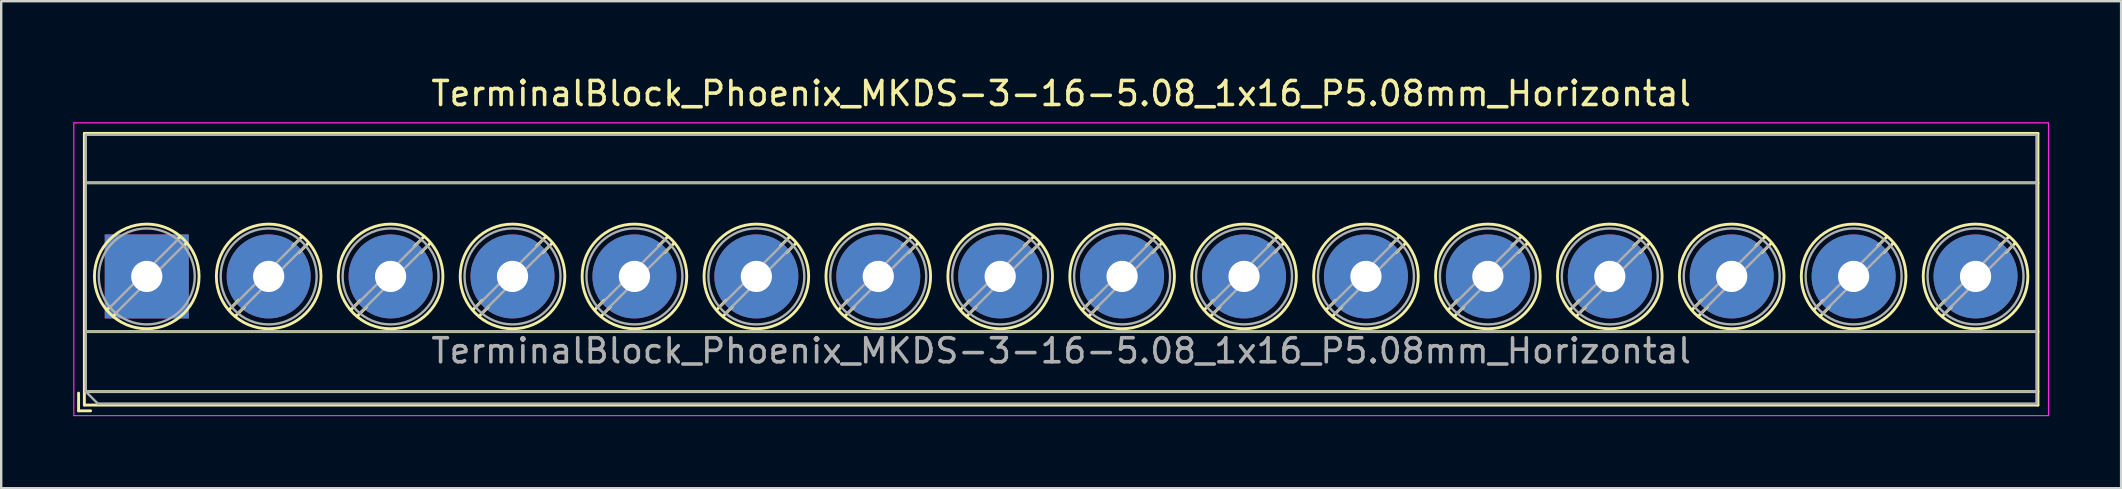
<source format=kicad_pcb>
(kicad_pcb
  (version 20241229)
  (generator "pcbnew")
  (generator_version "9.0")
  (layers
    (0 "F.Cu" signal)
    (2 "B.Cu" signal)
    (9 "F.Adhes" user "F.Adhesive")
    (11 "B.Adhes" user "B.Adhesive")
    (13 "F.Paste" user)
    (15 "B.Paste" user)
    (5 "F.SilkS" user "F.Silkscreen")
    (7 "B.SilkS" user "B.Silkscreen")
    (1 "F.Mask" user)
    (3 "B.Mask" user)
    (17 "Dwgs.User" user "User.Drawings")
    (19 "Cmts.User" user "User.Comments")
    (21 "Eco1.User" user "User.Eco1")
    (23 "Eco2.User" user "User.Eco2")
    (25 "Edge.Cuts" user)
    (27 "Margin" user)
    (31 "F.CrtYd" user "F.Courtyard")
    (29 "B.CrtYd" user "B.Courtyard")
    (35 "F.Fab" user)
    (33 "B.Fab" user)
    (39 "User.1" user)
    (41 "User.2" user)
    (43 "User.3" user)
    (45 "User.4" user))
  (footprint "TerminalBlock_Phoenix_MKDS-3-16-5.08_1x16_P5.08mm_Horizontal"
    (layer "F.Cu")
    (at 3.065 8.468)
    (property "Reference" "TerminalBlock_Phoenix_MKDS-3-16-5.08_1x16_P5.08mm_Horizontal" (at 38.1 -7.62 0) (layer "F.SilkS") (effects (font (size 1 1) (thickness 0.15))))
    (attr through_hole)
    (fp_line (start -2.84 4.86) (end -2.84 5.6) (stroke (width 0.12) (type solid)) (layer "F.SilkS"))
    (fp_line (start -2.84 5.6) (end -2.34 5.6) (stroke (width 0.12) (type solid)) (layer "F.SilkS"))
    (fp_line (start -2.6 -5.96) (end -2.6 5.36) (stroke (width 0.12) (type solid)) (layer "F.SilkS"))
    (fp_line (start -2.6 -5.96) (end 78.8 -5.96) (stroke (width 0.12) (type solid)) (layer "F.SilkS"))
    (fp_line (start -2.6 -3.9) (end 78.8 -3.9) (stroke (width 0.12) (type solid)) (layer "F.SilkS"))
    (fp_line (start -2.6 2.3) (end 78.8 2.3) (stroke (width 0.12) (type solid)) (layer "F.SilkS"))
    (fp_line (start -2.6 4.8) (end 78.8 4.8) (stroke (width 0.12) (type solid)) (layer "F.SilkS"))
    (fp_line (start -2.6 5.36) (end 78.8 5.36) (stroke (width 0.12) (type solid)) (layer "F.SilkS"))
    (fp_line (start -1.548 1.281) (end -1.654 1.388) (stroke (width 0.12) (type solid)) (layer "F.SilkS"))
    (fp_line (start -1.282 1.547) (end -1.388 1.654) (stroke (width 0.12) (type solid)) (layer "F.SilkS"))
    (fp_line (start 1.388 -1.654) (end 1.281 -1.547) (stroke (width 0.12) (type solid)) (layer "F.SilkS"))
    (fp_line (start 1.654 -1.388) (end 1.547 -1.281) (stroke (width 0.12) (type solid)) (layer "F.SilkS"))
    (fp_line (start 3.822 0.992) (end 3.427 1.388) (stroke (width 0.12) (type solid)) (layer "F.SilkS"))
    (fp_line (start 4.073 1.274) (end 3.693 1.654) (stroke (width 0.12) (type solid)) (layer "F.SilkS"))
    (fp_line (start 6.468 -1.654) (end 6.088 -1.274) (stroke (width 0.12) (type solid)) (layer "F.SilkS"))
    (fp_line (start 6.734 -1.388) (end 6.339 -0.992) (stroke (width 0.12) (type solid)) (layer "F.SilkS"))
    (fp_line (start 8.902 0.992) (end 8.507 1.388) (stroke (width 0.12) (type solid)) (layer "F.SilkS"))
    (fp_line (start 9.153 1.274) (end 8.773 1.654) (stroke (width 0.12) (type solid)) (layer "F.SilkS"))
    (fp_line (start 11.548 -1.654) (end 11.168 -1.274) (stroke (width 0.12) (type solid)) (layer "F.SilkS"))
    (fp_line (start 11.814 -1.388) (end 11.419 -0.992) (stroke (width 0.12) (type solid)) (layer "F.SilkS"))
    (fp_line (start 13.982 0.992) (end 13.587 1.388) (stroke (width 0.12) (type solid)) (layer "F.SilkS"))
    (fp_line (start 14.233 1.274) (end 13.853 1.654) (stroke (width 0.12) (type solid)) (layer "F.SilkS"))
    (fp_line (start 16.628 -1.654) (end 16.248 -1.274) (stroke (width 0.12) (type solid)) (layer "F.SilkS"))
    (fp_line (start 16.894 -1.388) (end 16.499 -0.992) (stroke (width 0.12) (type solid)) (layer "F.SilkS"))
    (fp_line (start 19.062 0.992) (end 18.667 1.388) (stroke (width 0.12) (type solid)) (layer "F.SilkS"))
    (fp_line (start 19.313 1.274) (end 18.933 1.654) (stroke (width 0.12) (type solid)) (layer "F.SilkS"))
    (fp_line (start 21.708 -1.654) (end 21.328 -1.274) (stroke (width 0.12) (type solid)) (layer "F.SilkS"))
    (fp_line (start 21.974 -1.388) (end 21.579 -0.992) (stroke (width 0.12) (type solid)) (layer "F.SilkS"))
    (fp_line (start 24.142 0.992) (end 23.747 1.388) (stroke (width 0.12) (type solid)) (layer "F.SilkS"))
    (fp_line (start 24.393 1.274) (end 24.013 1.654) (stroke (width 0.12) (type solid)) (layer "F.SilkS"))
    (fp_line (start 26.788 -1.654) (end 26.408 -1.274) (stroke (width 0.12) (type solid)) (layer "F.SilkS"))
    (fp_line (start 27.054 -1.388) (end 26.659 -0.992) (stroke (width 0.12) (type solid)) (layer "F.SilkS"))
    (fp_line (start 29.222 0.992) (end 28.827 1.388) (stroke (width 0.12) (type solid)) (layer "F.SilkS"))
    (fp_line (start 29.473 1.274) (end 29.093 1.654) (stroke (width 0.12) (type solid)) (layer "F.SilkS"))
    (fp_line (start 31.868 -1.654) (end 31.488 -1.274) (stroke (width 0.12) (type solid)) (layer "F.SilkS"))
    (fp_line (start 32.134 -1.388) (end 31.739 -0.992) (stroke (width 0.12) (type solid)) (layer "F.SilkS"))
    (fp_line (start 34.302 0.992) (end 33.907 1.388) (stroke (width 0.12) (type solid)) (layer "F.SilkS"))
    (fp_line (start 34.553 1.274) (end 34.173 1.654) (stroke (width 0.12) (type solid)) (layer "F.SilkS"))
    (fp_line (start 36.948 -1.654) (end 36.568 -1.274) (stroke (width 0.12) (type solid)) (layer "F.SilkS"))
    (fp_line (start 37.214 -1.388) (end 36.819 -0.992) (stroke (width 0.12) (type solid)) (layer "F.SilkS"))
    (fp_line (start 39.382 0.992) (end 38.987 1.388) (stroke (width 0.12) (type solid)) (layer "F.SilkS"))
    (fp_line (start 39.633 1.274) (end 39.253 1.654) (stroke (width 0.12) (type solid)) (layer "F.SilkS"))
    (fp_line (start 42.028 -1.654) (end 41.648 -1.274) (stroke (width 0.12) (type solid)) (layer "F.SilkS"))
    (fp_line (start 42.294 -1.388) (end 41.899 -0.992) (stroke (width 0.12) (type solid)) (layer "F.SilkS"))
    (fp_line (start 44.462 0.992) (end 44.067 1.388) (stroke (width 0.12) (type solid)) (layer "F.SilkS"))
    (fp_line (start 44.713 1.274) (end 44.333 1.654) (stroke (width 0.12) (type solid)) (layer "F.SilkS"))
    (fp_line (start 47.108 -1.654) (end 46.728 -1.274) (stroke (width 0.12) (type solid)) (layer "F.SilkS"))
    (fp_line (start 47.374 -1.388) (end 46.979 -0.992) (stroke (width 0.12) (type solid)) (layer "F.SilkS"))
    (fp_line (start 49.542 0.992) (end 49.147 1.388) (stroke (width 0.12) (type solid)) (layer "F.SilkS"))
    (fp_line (start 49.793 1.274) (end 49.413 1.654) (stroke (width 0.12) (type solid)) (layer "F.SilkS"))
    (fp_line (start 52.188 -1.654) (end 51.808 -1.274) (stroke (width 0.12) (type solid)) (layer "F.SilkS"))
    (fp_line (start 52.454 -1.388) (end 52.059 -0.992) (stroke (width 0.12) (type solid)) (layer "F.SilkS"))
    (fp_line (start 54.622 0.992) (end 54.227 1.388) (stroke (width 0.12) (type solid)) (layer "F.SilkS"))
    (fp_line (start 54.873 1.274) (end 54.493 1.654) (stroke (width 0.12) (type solid)) (layer "F.SilkS"))
    (fp_line (start 57.268 -1.654) (end 56.888 -1.274) (stroke (width 0.12) (type solid)) (layer "F.SilkS"))
    (fp_line (start 57.534 -1.388) (end 57.139 -0.992) (stroke (width 0.12) (type solid)) (layer "F.SilkS"))
    (fp_line (start 59.702 0.992) (end 59.307 1.388) (stroke (width 0.12) (type solid)) (layer "F.SilkS"))
    (fp_line (start 59.953 1.274) (end 59.573 1.654) (stroke (width 0.12) (type solid)) (layer "F.SilkS"))
    (fp_line (start 62.348 -1.654) (end 61.968 -1.274) (stroke (width 0.12) (type solid)) (layer "F.SilkS"))
    (fp_line (start 62.614 -1.388) (end 62.219 -0.992) (stroke (width 0.12) (type solid)) (layer "F.SilkS"))
    (fp_line (start 64.782 0.992) (end 64.387 1.388) (stroke (width 0.12) (type solid)) (layer "F.SilkS"))
    (fp_line (start 65.033 1.274) (end 64.653 1.654) (stroke (width 0.12) (type solid)) (layer "F.SilkS"))
    (fp_line (start 67.428 -1.654) (end 67.048 -1.274) (stroke (width 0.12) (type solid)) (layer "F.SilkS"))
    (fp_line (start 67.694 -1.388) (end 67.299 -0.992) (stroke (width 0.12) (type solid)) (layer "F.SilkS"))
    (fp_line (start 69.862 0.992) (end 69.467 1.388) (stroke (width 0.12) (type solid)) (layer "F.SilkS"))
    (fp_line (start 70.113 1.274) (end 69.733 1.654) (stroke (width 0.12) (type solid)) (layer "F.SilkS"))
    (fp_line (start 72.508 -1.654) (end 72.128 -1.274) (stroke (width 0.12) (type solid)) (layer "F.SilkS"))
    (fp_line (start 72.774 -1.388) (end 72.379 -0.992) (stroke (width 0.12) (type solid)) (layer "F.SilkS"))
    (fp_line (start 74.942 0.992) (end 74.547 1.388) (stroke (width 0.12) (type solid)) (layer "F.SilkS"))
    (fp_line (start 75.193 1.274) (end 74.813 1.654) (stroke (width 0.12) (type solid)) (layer "F.SilkS"))
    (fp_line (start 77.588 -1.654) (end 77.208 -1.274) (stroke (width 0.12) (type solid)) (layer "F.SilkS"))
    (fp_line (start 77.854 -1.388) (end 77.459 -0.992) (stroke (width 0.12) (type solid)) (layer "F.SilkS"))
    (fp_line (start 78.8 -5.96) (end 78.8 5.36) (stroke (width 0.12) (type solid)) (layer "F.SilkS"))
    (fp_circle (center 0 0) (end 2.18 0) (stroke (width 0.12) (type solid)) (fill no) (layer "F.SilkS"))
    (fp_circle (center 5.08 0) (end 7.26 0) (stroke (width 0.12) (type solid)) (fill no) (layer "F.SilkS"))
    (fp_circle (center 10.16 0) (end 12.34 0) (stroke (width 0.12) (type solid)) (fill no) (layer "F.SilkS"))
    (fp_circle (center 15.24 0) (end 17.42 0) (stroke (width 0.12) (type solid)) (fill no) (layer "F.SilkS"))
    (fp_circle (center 20.32 0) (end 22.5 0) (stroke (width 0.12) (type solid)) (fill no) (layer "F.SilkS"))
    (fp_circle (center 25.4 0) (end 27.58 0) (stroke (width 0.12) (type solid)) (fill no) (layer "F.SilkS"))
    (fp_circle (center 30.48 0) (end 32.66 0) (stroke (width 0.12) (type solid)) (fill no) (layer "F.SilkS"))
    (fp_circle (center 35.56 0) (end 37.74 0) (stroke (width 0.12) (type solid)) (fill no) (layer "F.SilkS"))
    (fp_circle (center 40.64 0) (end 42.82 0) (stroke (width 0.12) (type solid)) (fill no) (layer "F.SilkS"))
    (fp_circle (center 45.72 0) (end 47.9 0) (stroke (width 0.12) (type solid)) (fill no) (layer "F.SilkS"))
    (fp_circle (center 50.8 0) (end 52.98 0) (stroke (width 0.12) (type solid)) (fill no) (layer "F.SilkS"))
    (fp_circle (center 55.88 0) (end 58.06 0) (stroke (width 0.12) (type solid)) (fill no) (layer "F.SilkS"))
    (fp_circle (center 60.96 0) (end 63.14 0) (stroke (width 0.12) (type solid)) (fill no) (layer "F.SilkS"))
    (fp_circle (center 66.04 0) (end 68.22 0) (stroke (width 0.12) (type solid)) (fill no) (layer "F.SilkS"))
    (fp_circle (center 71.12 0) (end 73.3 0) (stroke (width 0.12) (type solid)) (fill no) (layer "F.SilkS"))
    (fp_circle (center 76.2 0) (end 78.38 0) (stroke (width 0.12) (type solid)) (fill no) (layer "F.SilkS"))
    (fp_line (start -3.04 -6.4) (end -3.04 5.8) (stroke (width 0.05) (type solid)) (layer "F.CrtYd"))
    (fp_line (start -3.04 5.8) (end 79.24 5.8) (stroke (width 0.05) (type solid)) (layer "F.CrtYd"))
    (fp_line (start 79.24 -6.4) (end -3.04 -6.4) (stroke (width 0.05) (type solid)) (layer "F.CrtYd"))
    (fp_line (start 79.24 5.8) (end 79.24 -6.4) (stroke (width 0.05) (type solid)) (layer "F.CrtYd"))
    (fp_line (start -2.54 -5.9) (end 78.74 -5.9) (stroke (width 0.1) (type solid)) (layer "F.Fab"))
    (fp_line (start -2.54 -3.9) (end 78.74 -3.9) (stroke (width 0.1) (type solid)) (layer "F.Fab"))
    (fp_line (start -2.54 2.3) (end 78.74 2.3) (stroke (width 0.1) (type solid)) (layer "F.Fab"))
    (fp_line (start -2.54 4.8) (end -2.54 -5.9) (stroke (width 0.1) (type solid)) (layer "F.Fab"))
    (fp_line (start -2.54 4.8) (end 78.74 4.8) (stroke (width 0.1) (type solid)) (layer "F.Fab"))
    (fp_line (start -2.04 5.3) (end -2.54 4.8) (stroke (width 0.1) (type solid)) (layer "F.Fab"))
    (fp_line (start 1.273 -1.517) (end -1.517 1.273) (stroke (width 0.1) (type solid)) (layer "F.Fab"))
    (fp_line (start 1.517 -1.273) (end -1.273 1.517) (stroke (width 0.1) (type solid)) (layer "F.Fab"))
    (fp_line (start 6.353 -1.517) (end 3.564 1.273) (stroke (width 0.1) (type solid)) (layer "F.Fab"))
    (fp_line (start 6.597 -1.273) (end 3.808 1.517) (stroke (width 0.1) (type solid)) (layer "F.Fab"))
    (fp_line (start 11.433 -1.517) (end 8.644 1.273) (stroke (width 0.1) (type solid)) (layer "F.Fab"))
    (fp_line (start 11.677 -1.273) (end 8.888 1.517) (stroke (width 0.1) (type solid)) (layer "F.Fab"))
    (fp_line (start 16.513 -1.517) (end 13.724 1.273) (stroke (width 0.1) (type solid)) (layer "F.Fab"))
    (fp_line (start 16.757 -1.273) (end 13.968 1.517) (stroke (width 0.1) (type solid)) (layer "F.Fab"))
    (fp_line (start 21.593 -1.517) (end 18.804 1.273) (stroke (width 0.1) (type solid)) (layer "F.Fab"))
    (fp_line (start 21.837 -1.273) (end 19.048 1.517) (stroke (width 0.1) (type solid)) (layer "F.Fab"))
    (fp_line (start 26.673 -1.517) (end 23.884 1.273) (stroke (width 0.1) (type solid)) (layer "F.Fab"))
    (fp_line (start 26.917 -1.273) (end 24.128 1.517) (stroke (width 0.1) (type solid)) (layer "F.Fab"))
    (fp_line (start 31.753 -1.517) (end 28.964 1.273) (stroke (width 0.1) (type solid)) (layer "F.Fab"))
    (fp_line (start 31.997 -1.273) (end 29.208 1.517) (stroke (width 0.1) (type solid)) (layer "F.Fab"))
    (fp_line (start 36.833 -1.517) (end 34.044 1.273) (stroke (width 0.1) (type solid)) (layer "F.Fab"))
    (fp_line (start 37.077 -1.273) (end 34.288 1.517) (stroke (width 0.1) (type solid)) (layer "F.Fab"))
    (fp_line (start 41.913 -1.517) (end 39.124 1.273) (stroke (width 0.1) (type solid)) (layer "F.Fab"))
    (fp_line (start 42.157 -1.273) (end 39.368 1.517) (stroke (width 0.1) (type solid)) (layer "F.Fab"))
    (fp_line (start 46.993 -1.517) (end 44.204 1.273) (stroke (width 0.1) (type solid)) (layer "F.Fab"))
    (fp_line (start 47.237 -1.273) (end 44.448 1.517) (stroke (width 0.1) (type solid)) (layer "F.Fab"))
    (fp_line (start 52.073 -1.517) (end 49.284 1.273) (stroke (width 0.1) (type solid)) (layer "F.Fab"))
    (fp_line (start 52.317 -1.273) (end 49.528 1.517) (stroke (width 0.1) (type solid)) (layer "F.Fab"))
    (fp_line (start 57.153 -1.517) (end 54.364 1.273) (stroke (width 0.1) (type solid)) (layer "F.Fab"))
    (fp_line (start 57.397 -1.273) (end 54.608 1.517) (stroke (width 0.1) (type solid)) (layer "F.Fab"))
    (fp_line (start 62.233 -1.517) (end 59.444 1.273) (stroke (width 0.1) (type solid)) (layer "F.Fab"))
    (fp_line (start 62.477 -1.273) (end 59.688 1.517) (stroke (width 0.1) (type solid)) (layer "F.Fab"))
    (fp_line (start 67.313 -1.517) (end 64.524 1.273) (stroke (width 0.1) (type solid)) (layer "F.Fab"))
    (fp_line (start 67.557 -1.273) (end 64.768 1.517) (stroke (width 0.1) (type solid)) (layer "F.Fab"))
    (fp_line (start 72.393 -1.517) (end 69.604 1.273) (stroke (width 0.1) (type solid)) (layer "F.Fab"))
    (fp_line (start 72.637 -1.273) (end 69.848 1.517) (stroke (width 0.1) (type solid)) (layer "F.Fab"))
    (fp_line (start 77.473 -1.517) (end 74.684 1.273) (stroke (width 0.1) (type solid)) (layer "F.Fab"))
    (fp_line (start 77.717 -1.273) (end 74.928 1.517) (stroke (width 0.1) (type solid)) (layer "F.Fab"))
    (fp_line (start 78.74 -5.9) (end 78.74 5.3) (stroke (width 0.1) (type solid)) (layer "F.Fab"))
    (fp_line (start 78.74 5.3) (end -2.04 5.3) (stroke (width 0.1) (type solid)) (layer "F.Fab"))
    (fp_circle (center 0 0) (end 2 0) (stroke (width 0.1) (type solid)) (fill no) (layer "F.Fab"))
    (fp_circle (center 5.08 0) (end 7.08 0) (stroke (width 0.1) (type solid)) (fill no) (layer "F.Fab"))
    (fp_circle (center 10.16 0) (end 12.16 0) (stroke (width 0.1) (type solid)) (fill no) (layer "F.Fab"))
    (fp_circle (center 15.24 0) (end 17.24 0) (stroke (width 0.1) (type solid)) (fill no) (layer "F.Fab"))
    (fp_circle (center 20.32 0) (end 22.32 0) (stroke (width 0.1) (type solid)) (fill no) (layer "F.Fab"))
    (fp_circle (center 25.4 0) (end 27.4 0) (stroke (width 0.1) (type solid)) (fill no) (layer "F.Fab"))
    (fp_circle (center 30.48 0) (end 32.48 0) (stroke (width 0.1) (type solid)) (fill no) (layer "F.Fab"))
    (fp_circle (center 35.56 0) (end 37.56 0) (stroke (width 0.1) (type solid)) (fill no) (layer "F.Fab"))
    (fp_circle (center 40.64 0) (end 42.64 0) (stroke (width 0.1) (type solid)) (fill no) (layer "F.Fab"))
    (fp_circle (center 45.72 0) (end 47.72 0) (stroke (width 0.1) (type solid)) (fill no) (layer "F.Fab"))
    (fp_circle (center 50.8 0) (end 52.8 0) (stroke (width 0.1) (type solid)) (fill no) (layer "F.Fab"))
    (fp_circle (center 55.88 0) (end 57.88 0) (stroke (width 0.1) (type solid)) (fill no) (layer "F.Fab"))
    (fp_circle (center 60.96 0) (end 62.96 0) (stroke (width 0.1) (type solid)) (fill no) (layer "F.Fab"))
    (fp_circle (center 66.04 0) (end 68.04 0) (stroke (width 0.1) (type solid)) (fill no) (layer "F.Fab"))
    (fp_circle (center 71.12 0) (end 73.12 0) (stroke (width 0.1) (type solid)) (fill no) (layer "F.Fab"))
    (fp_circle (center 76.2 0) (end 78.2 0) (stroke (width 0.1) (type solid)) (fill no) (layer "F.Fab"))
    (fp_text user "${REFERENCE}" (at 38.1 3.1 0) (layer "F.Fab") (effects (font (size 1 1) (thickness 0.15))))
    (pad "1" thru_hole rect (at 0 0) (size 3.5 3.5) (drill 1.3) (layers "*.Cu" "*.Mask"))
    (pad "2" thru_hole circle (at 5.08 0) (size 3.5 3.5) (drill 1.3) (layers "*.Cu" "*.Mask"))
    (pad "3" thru_hole circle (at 10.16 0) (size 3.5 3.5) (drill 1.3) (layers "*.Cu" "*.Mask"))
    (pad "4" thru_hole circle (at 15.24 0) (size 3.5 3.5) (drill 1.3) (layers "*.Cu" "*.Mask"))
    (pad "5" thru_hole circle (at 20.32 0) (size 3.5 3.5) (drill 1.3) (layers "*.Cu" "*.Mask"))
    (pad "6" thru_hole circle (at 25.4 0) (size 3.5 3.5) (drill 1.3) (layers "*.Cu" "*.Mask"))
    (pad "7" thru_hole circle (at 30.48 0) (size 3.5 3.5) (drill 1.3) (layers "*.Cu" "*.Mask"))
    (pad "8" thru_hole circle (at 35.56 0) (size 3.5 3.5) (drill 1.3) (layers "*.Cu" "*.Mask"))
    (pad "9" thru_hole circle (at 40.64 0) (size 3.5 3.5) (drill 1.3) (layers "*.Cu" "*.Mask"))
    (pad "10" thru_hole circle (at 45.72 0) (size 3.5 3.5) (drill 1.3) (layers "*.Cu" "*.Mask"))
    (pad "11" thru_hole circle (at 50.8 0) (size 3.5 3.5) (drill 1.3) (layers "*.Cu" "*.Mask"))
    (pad "12" thru_hole circle (at 55.88 0) (size 3.5 3.5) (drill 1.3) (layers "*.Cu" "*.Mask"))
    (pad "13" thru_hole circle (at 60.96 0) (size 3.5 3.5) (drill 1.3) (layers "*.Cu" "*.Mask"))
    (pad "14" thru_hole circle (at 66.04 0) (size 3.5 3.5) (drill 1.3) (layers "*.Cu" "*.Mask"))
    (pad "15" thru_hole circle (at 71.12 0) (size 3.5 3.5) (drill 1.3) (layers "*.Cu" "*.Mask"))
    (pad "16" thru_hole circle (at 76.2 0) (size 3.5 3.5) (drill 1.3) (layers "*.Cu" "*.Mask")))
  (gr_rect
    (start -3 -3)
    (end 85.33 17.293)
    (stroke (width 0.1) (type default))
    (fill no)
    (layer "Edge.Cuts")))
</source>
